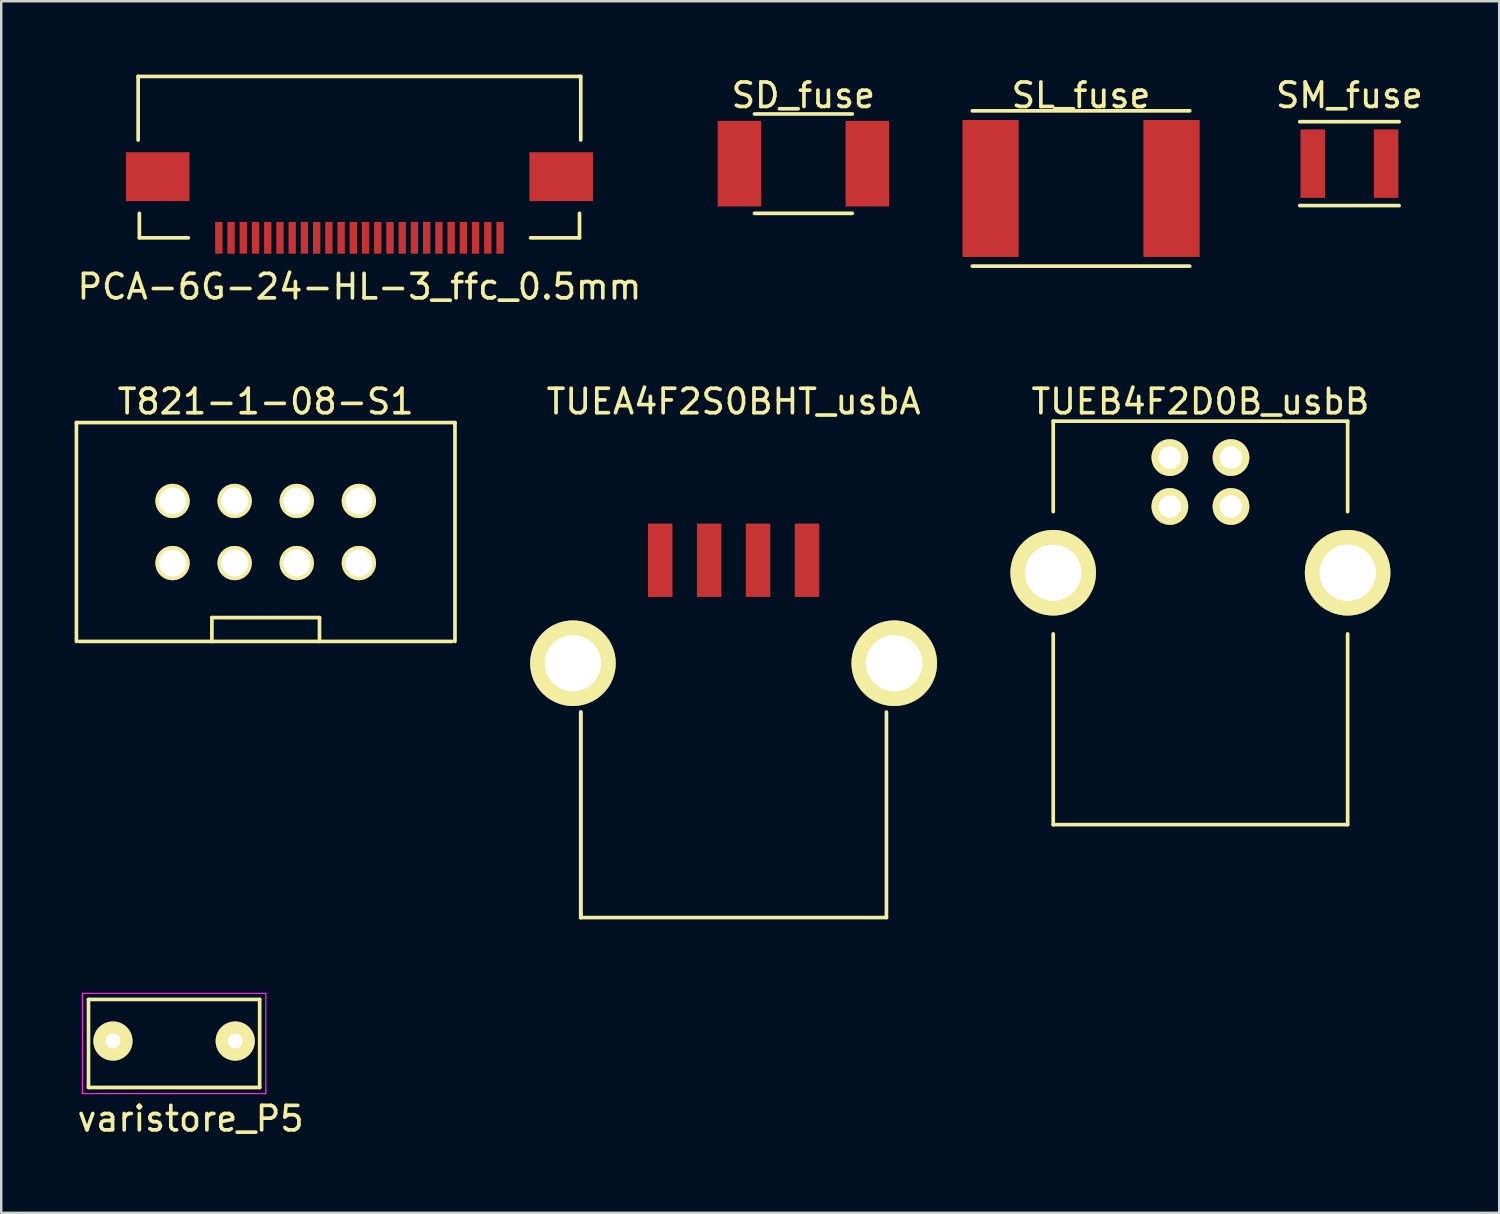
<source format=kicad_pcb>
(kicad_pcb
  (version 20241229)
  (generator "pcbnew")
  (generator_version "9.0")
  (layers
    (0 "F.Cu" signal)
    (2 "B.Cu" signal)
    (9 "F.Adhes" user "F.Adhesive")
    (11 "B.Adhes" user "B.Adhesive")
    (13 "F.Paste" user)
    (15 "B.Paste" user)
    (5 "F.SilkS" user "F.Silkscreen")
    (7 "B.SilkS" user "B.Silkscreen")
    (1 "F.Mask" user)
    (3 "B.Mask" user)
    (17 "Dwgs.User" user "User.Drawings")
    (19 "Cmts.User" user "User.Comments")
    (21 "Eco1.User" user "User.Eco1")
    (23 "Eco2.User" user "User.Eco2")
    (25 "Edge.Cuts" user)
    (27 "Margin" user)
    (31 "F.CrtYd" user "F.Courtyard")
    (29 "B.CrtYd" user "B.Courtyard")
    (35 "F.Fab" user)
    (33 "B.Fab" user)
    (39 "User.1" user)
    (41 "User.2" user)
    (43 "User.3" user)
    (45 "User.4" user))
  (footprint "SD_fuse"
    (layer "F.Cu")
    (at 29.803 3.642)
    (property "Reference" "SD_fuse" (at 0 -2.794 0) (layer "F.SilkS") (effects (font (size 1 1) (thickness 0.15))))
    (attr through_hole)
    (fp_line (start -2 -2.032) (end 2 -2.032) (stroke (width 0.15) (type solid)) (layer "F.SilkS"))
    (fp_line (start -2 2.032) (end 2 2.032) (stroke (width 0.15) (type solid)) (layer "F.SilkS"))
    (pad "1" smd rect (at -2.615 0) (size 1.78 3.5) (layers "F.Cu" "F.Mask" "F.Paste"))
    (pad "2" smd rect (at 2.615 0) (size 1.78 3.5) (layers "F.Cu" "F.Mask" "F.Paste")))
  (footprint "T821-1-08-S1"
    (layer "F.Cu")
    (at 7.815 18.706)
    (property "Reference" "T821-1-08-S1" (at 0 -5.334 0) (layer "F.SilkS") (effects (font (size 1 1) (thickness 0.15))))
    (attr through_hole)
    (fp_line (start -7.74 -4.475) (end 7.74 -4.475) (stroke (width 0.15) (type solid)) (layer "F.SilkS"))
    (fp_line (start -7.74 4.475) (end -7.74 -4.475) (stroke (width 0.15) (type solid)) (layer "F.SilkS"))
    (fp_line (start -2.2 3.5) (end -2.2 4.475) (stroke (width 0.15) (type solid)) (layer "F.SilkS"))
    (fp_line (start -2.2 3.5) (end 2.2 3.5) (stroke (width 0.15) (type solid)) (layer "F.SilkS"))
    (fp_line (start 2.2 3.5) (end 2.2 4.475) (stroke (width 0.15) (type solid)) (layer "F.SilkS"))
    (fp_line (start 7.62 4.475) (end -7.62 4.475) (stroke (width 0.15) (type solid)) (layer "F.SilkS"))
    (fp_line (start 7.74 -4.475) (end 7.74 4.475) (stroke (width 0.15) (type solid)) (layer "F.SilkS"))
    (pad "1" thru_hole circle (at -3.81 1.27) (size 1.4 1.4) (drill 1.1) (layers "*.Cu" "*.Mask" "F.SilkS"))
    (pad "2" thru_hole circle (at -3.81 -1.27) (size 1.4 1.4) (drill 1.1) (layers "*.Cu" "*.Mask" "F.SilkS"))
    (pad "3" thru_hole circle (at -1.27 1.27) (size 1.4 1.4) (drill 1.1) (layers "*.Cu" "*.Mask" "F.SilkS"))
    (pad "4" thru_hole circle (at -1.27 -1.27) (size 1.4 1.4) (drill 1.1) (layers "*.Cu" "*.Mask" "F.SilkS"))
    (pad "5" thru_hole circle (at 1.27 1.27) (size 1.4 1.4) (drill 1.1) (layers "*.Cu" "*.Mask" "F.SilkS"))
    (pad "6" thru_hole circle (at 1.27 -1.27) (size 1.4 1.4) (drill 1.1) (layers "*.Cu" "*.Mask" "F.SilkS"))
    (pad "7" thru_hole circle (at 3.81 1.27) (size 1.4 1.4) (drill 1.1) (layers "*.Cu" "*.Mask" "F.SilkS"))
    (pad "8" thru_hole circle (at 3.81 -1.27) (size 1.4 1.4) (drill 1.1) (layers "*.Cu" "*.Mask" "F.SilkS")))
  (footprint "varistore_P5"
    (layer "F.Cu")
    (at 1.569 39.523)
    (property "Reference" "varistore_P5" (at 3.175 3.175 0) (layer "F.SilkS") (effects (font (size 1 1) (thickness 0.15))))
    (attr through_hole)
    (fp_line (start -1 -1.702) (end -1 1.898) (stroke (width 0.15) (type solid)) (layer "F.SilkS"))
    (fp_line (start -1 -1.702) (end 6 -1.702) (stroke (width 0.15) (type solid)) (layer "F.SilkS"))
    (fp_line (start -1 1.898) (end 6 1.898) (stroke (width 0.15) (type solid)) (layer "F.SilkS"))
    (fp_line (start 6 -1.702) (end 6 1.898) (stroke (width 0.15) (type solid)) (layer "F.SilkS"))
    (fp_line (start -1.25 -1.952) (end -1.25 2.148) (stroke (width 0.05) (type solid)) (layer "F.CrtYd"))
    (fp_line (start -1.25 -1.952) (end 6.25 -1.952) (stroke (width 0.05) (type solid)) (layer "F.CrtYd"))
    (fp_line (start -1.25 2.148) (end 6.25 2.148) (stroke (width 0.05) (type solid)) (layer "F.CrtYd"))
    (fp_line (start 6.25 -1.952) (end 6.25 2.148) (stroke (width 0.05) (type solid)) (layer "F.CrtYd"))
    (pad "1" thru_hole circle (at 0 0) (size 1.6 1.6) (drill 0.6) (layers "*.Cu" "*.Mask" "F.SilkS"))
    (pad "2" thru_hole circle (at 5 0) (size 1.6 1.6) (drill 0.6) (layers "*.Cu" "*.Mask" "F.SilkS")))
  (footprint "TUEA4F2S0BHT_usbA"
    (layer "F.Cu")
    (at 26.95 24.072)
    (property "Reference" "TUEA4F2S0BHT_usbA" (at 0 -10.7 0) (layer "F.SilkS") (effects (font (size 1 1) (thickness 0.15))))
    (attr through_hole)
    (fp_line (start -6.25 2) (end -6.25 10.4) (stroke (width 0.15) (type solid)) (layer "F.SilkS"))
    (fp_line (start -6.25 2) (end -6.25 10.4) (stroke (width 0.15) (type solid)) (layer "F.SilkS"))
    (fp_line (start -6.25 10.4) (end 6.25 10.4) (stroke (width 0.15) (type solid)) (layer "F.SilkS"))
    (fp_line (start 6.25 2) (end 6.25 10.4) (stroke (width 0.15) (type solid)) (layer "F.SilkS"))
    (pad "1" smd rect (at -3 -4.21) (size 1 3) (layers "F.Cu" "F.Mask" "F.Paste"))
    (pad "2" smd rect (at -1 -4.21) (size 1 3) (layers "F.Cu" "F.Mask" "F.Paste"))
    (pad "3" smd rect (at 1 -4.21) (size 1 3) (layers "F.Cu" "F.Mask" "F.Paste"))
    (pad "4" smd rect (at 3 -4.21) (size 1 3) (layers "F.Cu" "F.Mask" "F.Paste"))
    (pad "5" thru_hole circle (at -6.57 0) (size 3.5 3.5) (drill 2.3) (layers "*.Cu" "*.Mask" "F.SilkS"))
    (pad "5" thru_hole circle (at 6.57 0) (size 3.5 3.5) (drill 2.3) (layers "*.Cu" "*.Mask" "F.SilkS")))
  (footprint "SM_fuse"
    (layer "F.Cu")
    (at 52.133 3.642)
    (property "Reference" "SM_fuse" (at 0 -2.794 0) (layer "F.SilkS") (effects (font (size 1 1) (thickness 0.15))))
    (attr through_hole)
    (fp_line (start -2.032 -1.714) (end 2.032 -1.714) (stroke (width 0.15) (type solid)) (layer "F.SilkS"))
    (fp_line (start -2.032 1.714) (end 2.032 1.714) (stroke (width 0.15) (type solid)) (layer "F.SilkS"))
    (pad "1" smd rect (at -1.5 0) (size 1 2.8) (layers "F.Cu" "F.Mask" "F.Paste"))
    (pad "2" smd rect (at 1.5 0) (size 1 2.8) (layers "F.Cu" "F.Mask" "F.Paste")))
  (footprint "PCA-6G-24-HL-3_ffc_0.5mm"
    (layer "F.Cu")
    (at 11.649 6.675)
    (property "Reference" "PCA-6G-24-HL-3_ffc_0.5mm" (at 0 2 0) (layer "F.SilkS") (effects (font (size 1 1) (thickness 0.15))))
    (attr through_hole)
    (fp_line (start -9.05 -6.6) (end -9.05 -4) (stroke (width 0.15) (type solid)) (layer "F.SilkS"))
    (fp_line (start -9.05 -6.6) (end 9.05 -6.6) (stroke (width 0.15) (type solid)) (layer "F.SilkS"))
    (fp_line (start -9 0) (end -9 -1) (stroke (width 0.15) (type solid)) (layer "F.SilkS"))
    (fp_line (start -9 0) (end -7 0) (stroke (width 0.15) (type solid)) (layer "F.SilkS"))
    (fp_line (start 7 0) (end 9 0) (stroke (width 0.15) (type solid)) (layer "F.SilkS"))
    (fp_line (start 9 0) (end 9 -1) (stroke (width 0.15) (type solid)) (layer "F.SilkS"))
    (fp_line (start 9.05 -4) (end 9.05 -6.6) (stroke (width 0.15) (type solid)) (layer "F.SilkS"))
    (pad "1" smd rect (at 5.75 0) (size 0.3 1.3) (layers "F.Cu" "F.Mask" "F.Paste"))
    (pad "2" smd rect (at 5.25 0) (size 0.3 1.3) (layers "F.Cu" "F.Mask" "F.Paste"))
    (pad "3" smd rect (at 4.75 0) (size 0.3 1.3) (layers "F.Cu" "F.Mask" "F.Paste"))
    (pad "4" smd rect (at 4.25 0) (size 0.3 1.3) (layers "F.Cu" "F.Mask" "F.Paste"))
    (pad "5" smd rect (at 3.75 0) (size 0.3 1.3) (layers "F.Cu" "F.Mask" "F.Paste"))
    (pad "6" smd rect (at 3.25 0) (size 0.3 1.3) (layers "F.Cu" "F.Mask" "F.Paste"))
    (pad "7" smd rect (at 2.75 0) (size 0.3 1.3) (layers "F.Cu" "F.Mask" "F.Paste"))
    (pad "8" smd rect (at 2.25 0) (size 0.3 1.3) (layers "F.Cu" "F.Mask" "F.Paste"))
    (pad "9" smd rect (at 1.75 0) (size 0.3 1.3) (layers "F.Cu" "F.Mask" "F.Paste"))
    (pad "10" smd rect (at 1.25 0) (size 0.3 1.3) (layers "F.Cu" "F.Mask" "F.Paste"))
    (pad "11" smd rect (at 0.75 0) (size 0.3 1.3) (layers "F.Cu" "F.Mask" "F.Paste"))
    (pad "12" smd rect (at 0.25 0) (size 0.3 1.3) (layers "F.Cu" "F.Mask" "F.Paste"))
    (pad "13" smd rect (at -0.25 0) (size 0.3 1.3) (layers "F.Cu" "F.Mask" "F.Paste"))
    (pad "14" smd rect (at -0.75 0) (size 0.3 1.3) (layers "F.Cu" "F.Mask" "F.Paste"))
    (pad "15" smd rect (at -1.25 0) (size 0.3 1.3) (layers "F.Cu" "F.Mask" "F.Paste"))
    (pad "16" smd rect (at -1.75 0) (size 0.3 1.3) (layers "F.Cu" "F.Mask" "F.Paste"))
    (pad "17" smd rect (at -2.25 0) (size 0.3 1.3) (layers "F.Cu" "F.Mask" "F.Paste"))
    (pad "18" smd rect (at -2.75 0) (size 0.3 1.3) (layers "F.Cu" "F.Mask" "F.Paste"))
    (pad "19" smd rect (at -3.25 0) (size 0.3 1.3) (layers "F.Cu" "F.Mask" "F.Paste"))
    (pad "20" smd rect (at -3.75 0) (size 0.3 1.3) (layers "F.Cu" "F.Mask" "F.Paste"))
    (pad "21" smd rect (at -4.25 0) (size 0.3 1.3) (layers "F.Cu" "F.Mask" "F.Paste"))
    (pad "22" smd rect (at -4.75 0) (size 0.3 1.3) (layers "F.Cu" "F.Mask" "F.Paste"))
    (pad "23" smd rect (at -5.25 0) (size 0.3 1.3) (layers "F.Cu" "F.Mask" "F.Paste"))
    (pad "24" smd rect (at -5.75 0) (size 0.3 1.3) (layers "F.Cu" "F.Mask" "F.Paste"))
    (pad "G" smd rect (at -8.25 -2.5) (size 2.6 2) (layers "F.Cu" "F.Mask" "F.Paste"))
    (pad "G" smd rect (at 8.25 -2.5) (size 2.6 2) (layers "F.Cu" "F.Mask" "F.Paste")))
  (footprint "TUEB4F2D0B_usbB"
    (layer "F.Cu")
    (at 46.04 20.372)
    (property "Reference" "TUEB4F2D0B_usbB" (at 0 -7 0) (layer "F.SilkS") (effects (font (size 1 1) (thickness 0.15))))
    (attr through_hole)
    (fp_line (start -6.02 -6.2) (end -6.02 -2.5) (stroke (width 0.15) (type solid)) (layer "F.SilkS"))
    (fp_line (start -6.02 -6.2) (end 6.02 -6.2) (stroke (width 0.15) (type solid)) (layer "F.SilkS"))
    (fp_line (start -6.02 2.5) (end -6.02 10.3) (stroke (width 0.15) (type solid)) (layer "F.SilkS"))
    (fp_line (start -6.02 10.3) (end 6.02 10.3) (stroke (width 0.15) (type solid)) (layer "F.SilkS"))
    (fp_line (start 6.02 -6.2) (end 6.02 -2.5) (stroke (width 0.15) (type solid)) (layer "F.SilkS"))
    (fp_line (start 6.02 2.5) (end 6.02 10.3) (stroke (width 0.15) (type solid)) (layer "F.SilkS"))
    (pad "1" thru_hole circle (at -1.25 -4.71) (size 1.5 1.5) (drill 0.92) (layers "*.Cu" "*.Mask" "F.SilkS"))
    (pad "2" thru_hole circle (at 1.25 -4.71) (size 1.5 1.5) (drill 0.92) (layers "*.Cu" "*.Mask" "F.SilkS"))
    (pad "2" thru_hole circle (at 6.02 0) (size 3.5 3.5) (drill 2.3) (layers "*.Cu" "*.Mask" "F.SilkS"))
    (pad "3" thru_hole circle (at 1.25 -2.71) (size 1.5 1.5) (drill 0.92) (layers "*.Cu" "*.Mask" "F.SilkS"))
    (pad "4" thru_hole circle (at -1.25 -2.71) (size 1.5 1.5) (drill 0.92) (layers "*.Cu" "*.Mask" "F.SilkS"))
    (pad "5" thru_hole circle (at -6.02 0) (size 3.5 3.5) (drill 2.3) (layers "*.Cu" "*.Mask" "F.SilkS")))
  (footprint "SL_fuse"
    (layer "F.Cu")
    (at 41.158 4.658)
    (property "Reference" "SL_fuse" (at 0 -3.81 0) (layer "F.SilkS") (effects (font (size 1 1) (thickness 0.15))))
    (attr through_hole)
    (fp_line (start -4.445 -3.175) (end 4.445 -3.175) (stroke (width 0.15) (type solid)) (layer "F.SilkS"))
    (fp_line (start -4.445 3.175) (end 4.445 3.175) (stroke (width 0.15) (type solid)) (layer "F.SilkS"))
    (pad "1" smd rect (at -3.7 0) (size 2.3 5.6) (layers "F.Cu" "F.Mask" "F.Paste"))
    (pad "2" smd rect (at 3.7 0) (size 2.3 5.6) (layers "F.Cu" "F.Mask" "F.Paste")))
  (gr_rect
    (start -3 -3)
    (end 58.258 46.546)
    (stroke (width 0.1) (type default))
    (fill no)
    (layer "Edge.Cuts")))
</source>
